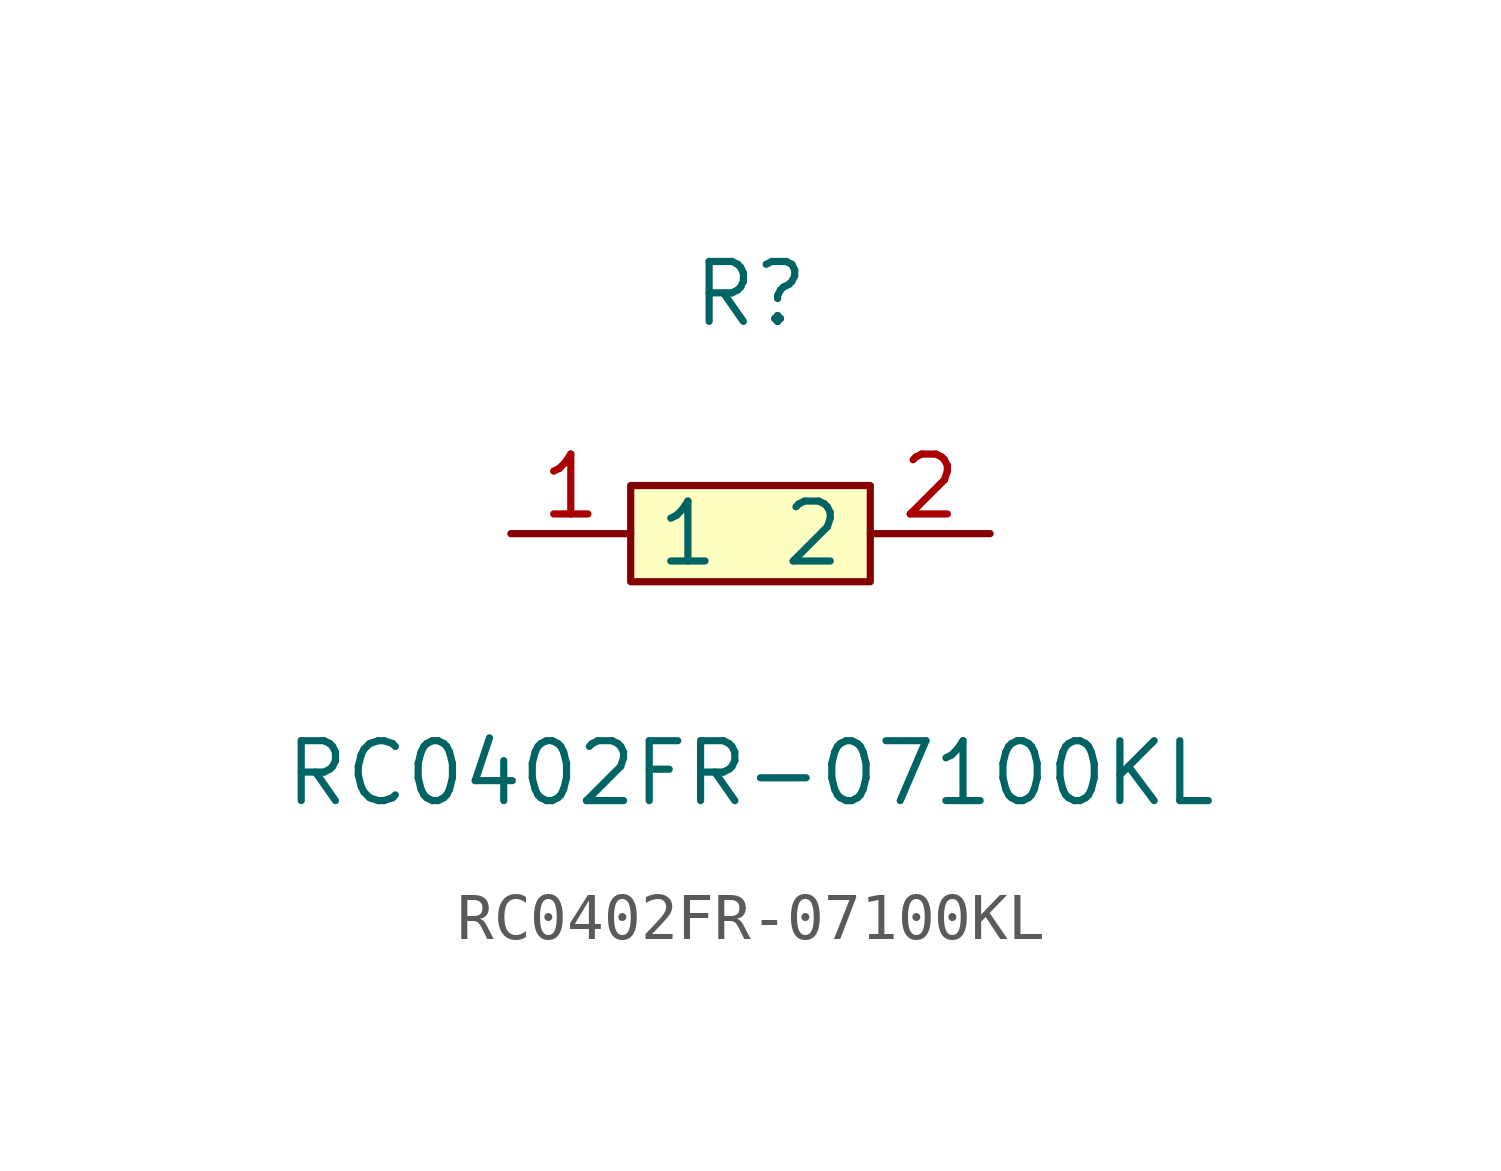
<source format=kicad_sym>
(kicad_symbol_lib
  (version 1)
  (generator "faebryk")
  (symbol "RC0402FR-07100KL"
    (property "Reference" "R"
      (at 0 5.08 0)
      (effects (font (size 1.27 1.27)) (hide no)))
    (property "Value" "RC0402FR-07100KL"
      (at 0 -5.08 0)
      (effects (font (size 1.27 1.27)) (hide no)))
    (symbol "RC0402FR-07100KL_0_1"
      (rectangle (start -2.54 1.02) (end 2.54 -1.02) (stroke (width 0) (type default) (color 0 0 0 0)) (fill (type background)))
      (pin input line (at 5.08 0 180) (length 2.54) (name "2" (effects (font (size 1.27 1.27)) (hide no))) (number "2" (effects (font (size 1.27 1.27)) (hide no))))
      (pin input line (at -5.08 0 0) (length 2.54) (name "1" (effects (font (size 1.27 1.27)) (hide no))) (number "1" (effects (font (size 1.27 1.27)) (hide no)))))))
</source>
